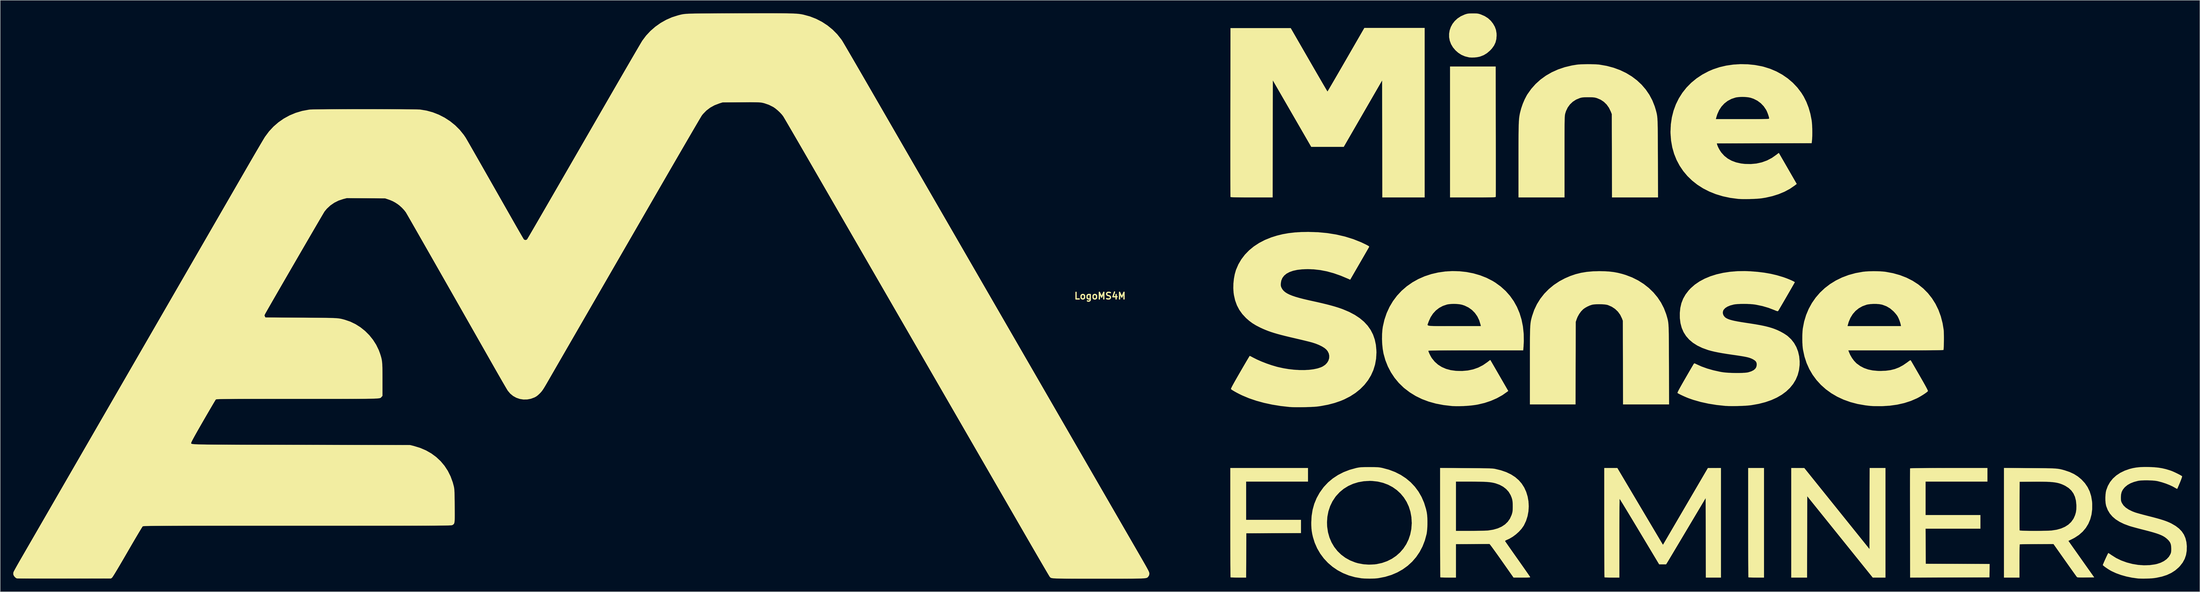
<source format=kicad_pcb>
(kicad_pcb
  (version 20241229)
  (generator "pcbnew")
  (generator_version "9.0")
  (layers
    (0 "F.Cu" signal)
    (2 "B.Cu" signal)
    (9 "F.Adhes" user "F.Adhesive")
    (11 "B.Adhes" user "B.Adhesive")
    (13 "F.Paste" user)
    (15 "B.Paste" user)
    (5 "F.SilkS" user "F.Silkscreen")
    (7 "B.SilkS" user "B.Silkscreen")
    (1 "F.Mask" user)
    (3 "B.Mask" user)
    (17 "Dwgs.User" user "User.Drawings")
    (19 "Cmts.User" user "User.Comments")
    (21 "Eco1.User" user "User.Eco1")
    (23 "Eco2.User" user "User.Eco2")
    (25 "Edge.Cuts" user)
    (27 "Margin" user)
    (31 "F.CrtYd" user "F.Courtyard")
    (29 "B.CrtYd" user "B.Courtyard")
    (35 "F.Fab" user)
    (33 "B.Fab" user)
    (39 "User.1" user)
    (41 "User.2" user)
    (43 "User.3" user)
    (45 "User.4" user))
  (footprint "LogoMS4M"
    (layer "F.Cu")
    (at 249.988 65.102)
    (property "Reference" "LogoMS4M" (at 0 0 0) (layer "F.SilkS") (effects (font (size 1.524 1.524) (thickness 0.3))))
    (attr through_hole)
    (fp_poly (pts (xy 180.679 64.855) (xy 177.751 64.855) (xy 162.687 46.129) (xy 162.665 55.492) (xy 162.644 64.855) (xy 159.004 64.855) (xy 159.004 39.624) (xy 160.507 39.628) (xy 162.01 39.631) (xy 176.996 58.279) (xy 177.017 48.951) (xy 177.039 39.624) (xy 180.679 39.624) (xy 180.679 64.855)) (stroke (width 0.01) (type solid)) (fill yes) (layer "F.SilkS"))
    (fp_poly (pts (xy 152.739 64.855) (xy 150.975 64.855) (xy 150.445 64.852) (xy 149.973 64.845) (xy 149.585 64.834) (xy 149.308 64.82) (xy 149.166 64.803) (xy 149.154 64.798) (xy 149.148 64.709) (xy 149.142 64.459) (xy 149.136 64.059) (xy 149.13 63.517) (xy 149.125 62.844) (xy 149.119 62.048) (xy 149.115 61.139) (xy 149.111 60.126) (xy 149.107 59.019) (xy 149.104 57.826) (xy 149.102 56.558) (xy 149.1 55.224) (xy 149.098 53.832) (xy 149.098 52.393) (xy 149.098 52.183) (xy 149.098 39.624) (xy 152.739 39.624) (xy 152.739 64.855)) (stroke (width 0.01) (type solid)) (fill yes) (layer "F.SilkS"))
    (fp_poly (pts (xy 47.837 42.757) (xy 33.613 42.757) (xy 33.613 51.562) (xy 46.228 51.562) (xy 46.228 54.609) (xy 33.655 54.652) (xy 33.633 59.754) (xy 33.611 64.855) (xy 31.848 64.855) (xy 31.318 64.852) (xy 30.846 64.845) (xy 30.459 64.834) (xy 30.181 64.82) (xy 30.04 64.803) (xy 30.028 64.798) (xy 30.022 64.709) (xy 30.016 64.459) (xy 30.01 64.059) (xy 30.004 63.517) (xy 29.999 62.844) (xy 29.993 62.048) (xy 29.989 61.139) (xy 29.985 60.126) (xy 29.981 59.019) (xy 29.978 57.826) (xy 29.976 56.558) (xy 29.974 55.224) (xy 29.972 53.832) (xy 29.972 52.393) (xy 29.972 52.183) (xy 29.972 39.624) (xy 47.837 39.624) (xy 47.837 42.757)) (stroke (width 0.01) (type solid)) (fill yes) (layer "F.SilkS"))
    (fp_poly (pts (xy 91.037 -37.903) (xy 91.04 -36.325) (xy 91.041 -34.791) (xy 91.043 -33.31) (xy 91.044 -31.891) (xy 91.044 -30.544) (xy 91.045 -29.275) (xy 91.045 -28.094) (xy 91.044 -27.01) (xy 91.044 -26.031) (xy 91.043 -25.167) (xy 91.041 -24.424) (xy 91.04 -23.813) (xy 91.038 -23.342) (xy 91.035 -23.019) (xy 91.033 -22.853) (xy 91.032 -22.833) (xy 91.016 -22.804) (xy 90.974 -22.779) (xy 90.893 -22.758) (xy 90.76 -22.74) (xy 90.563 -22.726) (xy 90.29 -22.715) (xy 89.929 -22.706) (xy 89.466 -22.7) (xy 88.89 -22.696) (xy 88.189 -22.693) (xy 87.349 -22.691) (xy 86.36 -22.691) (xy 85.761 -22.691) (xy 80.518 -22.691) (xy 80.518 -52.832) (xy 91.016 -52.832) (xy 91.037 -37.903)) (stroke (width 0.01) (type solid)) (fill yes) (layer "F.SilkS"))
    (fp_poly (pts (xy 86.25 -65.059) (xy 86.61 -65.047) (xy 86.893 -65.018) (xy 87.144 -64.966) (xy 87.411 -64.886) (xy 87.587 -64.826) (xy 88.479 -64.442) (xy 89.243 -63.958) (xy 89.894 -63.362) (xy 90.405 -62.708) (xy 90.815 -61.993) (xy 91.077 -61.274) (xy 91.207 -60.504) (xy 91.227 -59.986) (xy 91.164 -59.141) (xy 90.972 -58.376) (xy 90.64 -57.667) (xy 90.157 -56.99) (xy 89.715 -56.513) (xy 89.015 -55.913) (xy 88.277 -55.463) (xy 87.466 -55.145) (xy 87.218 -55.077) (xy 86.702 -54.977) (xy 86.118 -54.917) (xy 85.535 -54.9) (xy 85.02 -54.929) (xy 84.856 -54.952) (xy 83.943 -55.181) (xy 83.132 -55.528) (xy 82.391 -56.011) (xy 81.78 -56.552) (xy 81.188 -57.249) (xy 80.748 -57.996) (xy 80.456 -58.777) (xy 80.309 -59.577) (xy 80.303 -60.379) (xy 80.432 -61.169) (xy 80.695 -61.931) (xy 81.085 -62.65) (xy 81.6 -63.311) (xy 82.235 -63.898) (xy 82.986 -64.396) (xy 83.85 -64.789) (xy 83.947 -64.824) (xy 84.246 -64.922) (xy 84.507 -64.989) (xy 84.776 -65.03) (xy 85.099 -65.052) (xy 85.523 -65.06) (xy 85.767 -65.061) (xy 86.25 -65.059)) (stroke (width 0.01) (type solid)) (fill yes) (layer "F.SilkS"))
    (fp_poly (pts (xy 204.131 42.757) (xy 189.907 42.757) (xy 189.907 50.461) (xy 202.523 50.461) (xy 202.523 53.594) (xy 189.906 53.594) (xy 189.928 57.637) (xy 189.95 61.68) (xy 197.062 61.7) (xy 198.149 61.703) (xy 199.192 61.706) (xy 200.176 61.709) (xy 201.09 61.712) (xy 201.919 61.714) (xy 202.652 61.716) (xy 203.275 61.718) (xy 203.775 61.719) (xy 204.139 61.721) (xy 204.355 61.721) (xy 204.408 61.721) (xy 204.643 61.722) (xy 204.62 63.267) (xy 204.597 64.812) (xy 195.475 64.834) (xy 186.352 64.855) (xy 186.331 52.324) (xy 186.328 50.88) (xy 186.327 49.482) (xy 186.325 48.14) (xy 186.324 46.862) (xy 186.324 45.658) (xy 186.323 44.538) (xy 186.324 43.51) (xy 186.324 42.585) (xy 186.325 41.772) (xy 186.327 41.08) (xy 186.329 40.518) (xy 186.331 40.097) (xy 186.334 39.825) (xy 186.337 39.711) (xy 186.337 39.709) (xy 186.427 39.693) (xy 186.685 39.679) (xy 187.11 39.667) (xy 187.7 39.656) (xy 188.455 39.647) (xy 189.372 39.639) (xy 190.452 39.633) (xy 191.692 39.628) (xy 193.091 39.625) (xy 194.649 39.624) (xy 195.248 39.624) (xy 204.131 39.624) (xy 204.131 42.757)) (stroke (width 0.01) (type solid)) (fill yes) (layer "F.SilkS"))
    (fp_poly (pts (xy 74.676 -22.691) (xy 64.94 -22.691) (xy 64.918 -36.159) (xy 64.897 -49.628) (xy 60.482 -41.98) (xy 56.068 -34.332) (xy 48.587 -34.332) (xy 44.169 -41.987) (xy 39.751 -49.641) (xy 39.73 -36.166) (xy 39.708 -22.691) (xy 34.88 -22.691) (xy 33.809 -22.691) (xy 32.896 -22.694) (xy 32.131 -22.698) (xy 31.504 -22.705) (xy 31.002 -22.713) (xy 30.616 -22.725) (xy 30.335 -22.739) (xy 30.147 -22.756) (xy 30.043 -22.777) (xy 30.011 -22.797) (xy 30.008 -22.89) (xy 30.004 -23.145) (xy 30.001 -23.554) (xy 29.998 -24.11) (xy 29.996 -24.806) (xy 29.994 -25.632) (xy 29.992 -26.583) (xy 29.99 -27.651) (xy 29.989 -28.827) (xy 29.988 -30.105) (xy 29.987 -31.477) (xy 29.987 -32.935) (xy 29.987 -34.472) (xy 29.988 -36.08) (xy 29.989 -37.751) (xy 29.99 -39.479) (xy 29.992 -41.256) (xy 29.993 -42.291) (xy 30.014 -61.68) (xy 43.871 -61.68) (xy 48.076 -54.381) (xy 48.665 -53.359) (xy 49.231 -52.38) (xy 49.766 -51.453) (xy 50.267 -50.589) (xy 50.727 -49.796) (xy 51.14 -49.085) (xy 51.501 -48.466) (xy 51.804 -47.949) (xy 52.043 -47.543) (xy 52.212 -47.259) (xy 52.306 -47.105) (xy 52.324 -47.08) (xy 52.371 -47.152) (xy 52.497 -47.36) (xy 52.696 -47.696) (xy 52.962 -48.149) (xy 53.29 -48.709) (xy 53.674 -49.367) (xy 54.107 -50.113) (xy 54.585 -50.937) (xy 55.101 -51.828) (xy 55.651 -52.778) (xy 56.227 -53.777) (xy 56.587 -54.4) (xy 60.807 -61.722) (xy 74.676 -61.722) (xy 74.676 -22.691)) (stroke (width 0.01) (type solid)) (fill yes) (layer "F.SilkS"))
    (fp_poly (pts (xy 124.034 48.112) (xy 124.69 49.219) (xy 125.325 50.29) (xy 125.933 51.315) (xy 126.509 52.285) (xy 127.046 53.19) (xy 127.539 54.021) (xy 127.983 54.769) (xy 128.371 55.422) (xy 128.699 55.974) (xy 128.959 56.412) (xy 129.148 56.729) (xy 129.258 56.914) (xy 129.282 56.954) (xy 129.499 57.308) (xy 134.663 48.469) (xy 139.827 39.631) (xy 141.33 39.628) (xy 142.833 39.624) (xy 142.833 64.855) (xy 139.362 64.855) (xy 139.341 55.705) (xy 139.319 46.556) (xy 135.048 53.737) (xy 134.441 54.757) (xy 133.855 55.743) (xy 133.294 56.684) (xy 132.767 57.569) (xy 132.278 58.388) (xy 131.836 59.131) (xy 131.445 59.785) (xy 131.112 60.342) (xy 130.844 60.79) (xy 130.646 61.119) (xy 130.526 61.317) (xy 130.498 61.362) (xy 130.219 61.807) (xy 128.617 61.807) (xy 124.104 54.274) (xy 123.485 53.241) (xy 122.889 52.25) (xy 122.323 51.31) (xy 121.793 50.431) (xy 121.304 49.622) (xy 120.862 48.894) (xy 120.474 48.255) (xy 120.144 47.716) (xy 119.878 47.285) (xy 119.683 46.973) (xy 119.565 46.788) (xy 119.528 46.739) (xy 119.52 46.821) (xy 119.511 47.062) (xy 119.504 47.45) (xy 119.496 47.975) (xy 119.489 48.625) (xy 119.483 49.39) (xy 119.478 50.259) (xy 119.473 51.22) (xy 119.47 52.262) (xy 119.467 53.376) (xy 119.465 54.549) (xy 119.465 55.772) (xy 119.465 64.855) (xy 117.785 64.855) (xy 117.269 64.852) (xy 116.81 64.844) (xy 116.438 64.833) (xy 116.177 64.818) (xy 116.055 64.801) (xy 116.05 64.798) (xy 116.043 64.709) (xy 116.037 64.459) (xy 116.031 64.059) (xy 116.025 63.517) (xy 116.02 62.844) (xy 116.015 62.048) (xy 116.01 61.139) (xy 116.006 60.126) (xy 116.002 59.019) (xy 115.999 57.826) (xy 115.997 56.558) (xy 115.995 55.224) (xy 115.994 53.832) (xy 115.993 52.393) (xy 115.993 52.183) (xy 115.993 39.624) (xy 119.002 39.624) (xy 124.034 48.112)) (stroke (width 0.01) (type solid)) (fill yes) (layer "F.SilkS"))
    (fp_poly (pts (xy 116.032 -5.684) (xy 117.132 -5.617) (xy 118.151 -5.497) (xy 119.129 -5.317) (xy 120.108 -5.071) (xy 120.94 -4.817) (xy 122.408 -4.255) (xy 123.786 -3.565) (xy 125.066 -2.754) (xy 126.241 -1.83) (xy 127.3 -0.803) (xy 128.238 0.32) (xy 129.044 1.531) (xy 129.71 2.821) (xy 130.23 4.181) (xy 130.339 4.544) (xy 130.416 4.813) (xy 130.485 5.054) (xy 130.545 5.28) (xy 130.599 5.501) (xy 130.646 5.728) (xy 130.686 5.97) (xy 130.721 6.241) (xy 130.75 6.549) (xy 130.775 6.905) (xy 130.795 7.321) (xy 130.812 7.808) (xy 130.825 8.375) (xy 130.836 9.034) (xy 130.844 9.796) (xy 130.851 10.67) (xy 130.856 11.669) (xy 130.86 12.802) (xy 130.865 14.081) (xy 130.87 15.516) (xy 130.871 15.854) (xy 130.901 24.977) (xy 120.315 24.977) (xy 120.292 15.346) (xy 120.269 5.715) (xy 120.072 5.188) (xy 119.67 4.352) (xy 119.137 3.615) (xy 118.483 2.987) (xy 117.72 2.482) (xy 116.862 2.11) (xy 116.713 2.062) (xy 116.375 1.993) (xy 115.914 1.942) (xy 115.373 1.911) (xy 114.798 1.901) (xy 114.233 1.911) (xy 113.722 1.942) (xy 113.311 1.996) (xy 113.199 2.02) (xy 112.666 2.193) (xy 112.098 2.449) (xy 111.564 2.752) (xy 111.14 3.06) (xy 110.669 3.543) (xy 110.233 4.137) (xy 109.87 4.784) (xy 109.664 5.285) (xy 109.432 5.969) (xy 109.408 15.473) (xy 109.384 24.977) (xy 98.891 24.977) (xy 98.891 16.119) (xy 98.891 14.634) (xy 98.891 13.307) (xy 98.893 12.129) (xy 98.896 11.087) (xy 98.9 10.171) (xy 98.908 9.37) (xy 98.918 8.673) (xy 98.931 8.07) (xy 98.948 7.549) (xy 98.97 7.1) (xy 98.996 6.712) (xy 99.027 6.374) (xy 99.065 6.075) (xy 99.108 5.804) (xy 99.158 5.551) (xy 99.216 5.304) (xy 99.281 5.053) (xy 99.354 4.787) (xy 99.4 4.622) (xy 99.879 3.225) (xy 100.508 1.901) (xy 101.28 0.656) (xy 102.189 -0.502) (xy 103.228 -1.565) (xy 104.39 -2.526) (xy 105.669 -3.377) (xy 106.936 -4.052) (xy 108.168 -4.585) (xy 109.4 -5.007) (xy 110.661 -5.323) (xy 111.982 -5.54) (xy 113.394 -5.665) (xy 114.808 -5.703) (xy 116.032 -5.684)) (stroke (width 0.01) (type solid)) (fill yes) (layer "F.SilkS"))
    (fp_poly (pts (xy 112.832 -53.364) (xy 113.526 -53.35) (xy 114.151 -53.325) (xy 114.669 -53.289) (xy 114.893 -53.264) (xy 116.559 -52.972) (xy 118.143 -52.548) (xy 119.637 -51.999) (xy 121.035 -51.328) (xy 122.33 -50.541) (xy 123.517 -49.643) (xy 124.588 -48.639) (xy 125.538 -47.534) (xy 126.359 -46.334) (xy 127.047 -45.044) (xy 127.593 -43.668) (xy 127.817 -42.929) (xy 127.891 -42.659) (xy 127.957 -42.415) (xy 128.015 -42.186) (xy 128.067 -41.962) (xy 128.111 -41.731) (xy 128.15 -41.483) (xy 128.183 -41.206) (xy 128.212 -40.891) (xy 128.235 -40.525) (xy 128.255 -40.099) (xy 128.271 -39.601) (xy 128.284 -39.021) (xy 128.294 -38.347) (xy 128.302 -37.57) (xy 128.309 -36.677) (xy 128.314 -35.658) (xy 128.319 -34.503) (xy 128.324 -33.2) (xy 128.329 -31.739) (xy 128.329 -31.729) (xy 128.362 -22.691) (xy 117.776 -22.691) (xy 117.729 -41.868) (xy 117.507 -42.438) (xy 117.083 -43.32) (xy 116.549 -44.076) (xy 115.908 -44.702) (xy 115.161 -45.197) (xy 114.311 -45.558) (xy 114.258 -45.575) (xy 114.001 -45.648) (xy 113.749 -45.7) (xy 113.465 -45.733) (xy 113.11 -45.752) (xy 112.647 -45.76) (xy 112.31 -45.761) (xy 111.766 -45.758) (xy 111.354 -45.746) (xy 111.034 -45.722) (xy 110.769 -45.681) (xy 110.521 -45.621) (xy 110.363 -45.574) (xy 109.512 -45.22) (xy 108.757 -44.732) (xy 108.112 -44.122) (xy 107.586 -43.403) (xy 107.192 -42.585) (xy 107.017 -42.029) (xy 106.99 -41.922) (xy 106.967 -41.811) (xy 106.947 -41.686) (xy 106.929 -41.536) (xy 106.913 -41.352) (xy 106.9 -41.125) (xy 106.888 -40.843) (xy 106.879 -40.496) (xy 106.871 -40.076) (xy 106.864 -39.572) (xy 106.859 -38.974) (xy 106.856 -38.271) (xy 106.853 -37.455) (xy 106.851 -36.515) (xy 106.85 -35.44) (xy 106.85 -34.222) (xy 106.849 -32.85) (xy 106.849 -32.033) (xy 106.849 -22.691) (xy 96.266 -22.691) (xy 96.266 -31.148) (xy 96.266 -32.625) (xy 96.268 -33.944) (xy 96.27 -35.115) (xy 96.274 -36.15) (xy 96.28 -37.059) (xy 96.288 -37.855) (xy 96.299 -38.547) (xy 96.313 -39.147) (xy 96.33 -39.666) (xy 96.351 -40.115) (xy 96.376 -40.504) (xy 96.405 -40.846) (xy 96.439 -41.15) (xy 96.479 -41.428) (xy 96.523 -41.692) (xy 96.574 -41.951) (xy 96.616 -42.153) (xy 96.888 -43.192) (xy 97.248 -44.243) (xy 97.678 -45.251) (xy 98.153 -46.164) (xy 98.32 -46.44) (xy 99.202 -47.682) (xy 100.209 -48.813) (xy 101.334 -49.829) (xy 102.573 -50.728) (xy 103.92 -51.504) (xy 105.369 -52.156) (xy 106.914 -52.68) (xy 108.55 -53.072) (xy 109.728 -53.263) (xy 110.169 -53.306) (xy 110.739 -53.337) (xy 111.399 -53.357) (xy 112.11 -53.366) (xy 112.832 -53.364)) (stroke (width 0.01) (type solid)) (fill yes) (layer "F.SilkS"))
    (fp_poly (pts (xy 62.652 39.419) (xy 63.188 39.425) (xy 63.616 39.437) (xy 63.965 39.457) (xy 64.265 39.488) (xy 64.546 39.531) (xy 64.839 39.589) (xy 64.939 39.61) (xy 66.458 40.017) (xy 67.874 40.555) (xy 69.182 41.22) (xy 70.379 42.008) (xy 71.461 42.913) (xy 72.422 43.933) (xy 73.26 45.063) (xy 73.97 46.299) (xy 74.548 47.637) (xy 74.989 49.072) (xy 75.158 49.826) (xy 75.239 50.387) (xy 75.291 51.069) (xy 75.316 51.827) (xy 75.313 52.616) (xy 75.282 53.388) (xy 75.225 54.1) (xy 75.142 54.706) (xy 75.11 54.864) (xy 74.716 56.324) (xy 74.183 57.692) (xy 73.516 58.962) (xy 72.721 60.13) (xy 71.805 61.189) (xy 70.773 62.135) (xy 69.632 62.961) (xy 68.386 63.664) (xy 67.043 64.238) (xy 65.608 64.676) (xy 64.087 64.975) (xy 63.756 65.02) (xy 63.279 65.061) (xy 62.686 65.086) (xy 62.03 65.095) (xy 61.363 65.087) (xy 60.739 65.064) (xy 60.209 65.023) (xy 60.131 65.015) (xy 58.654 64.764) (xy 57.244 64.367) (xy 55.908 63.831) (xy 54.656 63.164) (xy 53.495 62.372) (xy 52.436 61.465) (xy 51.487 60.448) (xy 50.656 59.33) (xy 49.952 58.118) (xy 49.385 56.82) (xy 48.986 55.535) (xy 48.817 54.798) (xy 48.702 54.108) (xy 48.632 53.404) (xy 48.602 52.624) (xy 48.599 52.223) (xy 48.604 52.119) (xy 52.208 52.119) (xy 52.248 53.149) (xy 52.439 54.429) (xy 52.778 55.637) (xy 53.259 56.766) (xy 53.874 57.807) (xy 54.616 58.751) (xy 55.476 59.588) (xy 56.448 60.31) (xy 57.524 60.908) (xy 58.696 61.374) (xy 59.354 61.563) (xy 60.575 61.793) (xy 61.845 61.881) (xy 63.114 61.827) (xy 63.614 61.765) (xy 64.872 61.495) (xy 66.049 61.081) (xy 67.138 60.533) (xy 68.129 59.86) (xy 69.016 59.07) (xy 69.791 58.174) (xy 70.446 57.18) (xy 70.973 56.097) (xy 71.365 54.934) (xy 71.614 53.701) (xy 71.711 52.406) (xy 71.713 52.243) (xy 71.634 50.928) (xy 71.405 49.678) (xy 71.033 48.503) (xy 70.527 47.41) (xy 69.893 46.408) (xy 69.142 45.504) (xy 68.279 44.706) (xy 67.315 44.023) (xy 66.257 43.464) (xy 65.113 43.035) (xy 63.891 42.745) (xy 62.599 42.602) (xy 62.028 42.588) (xy 60.693 42.664) (xy 59.419 42.887) (xy 58.216 43.255) (xy 57.093 43.763) (xy 56.058 44.406) (xy 55.121 45.18) (xy 54.291 46.082) (xy 54.149 46.263) (xy 53.468 47.294) (xy 52.93 48.408) (xy 52.538 49.592) (xy 52.296 50.834) (xy 52.208 52.119) (xy 48.604 52.119) (xy 48.675 50.703) (xy 48.905 49.254) (xy 49.289 47.874) (xy 49.828 46.561) (xy 50.522 45.313) (xy 51.373 44.126) (xy 51.521 43.946) (xy 52.472 42.934) (xy 53.548 42.033) (xy 54.738 41.246) (xy 56.034 40.581) (xy 57.426 40.042) (xy 58.906 39.633) (xy 59.013 39.61) (xy 59.316 39.548) (xy 59.598 39.5) (xy 59.889 39.466) (xy 60.219 39.442) (xy 60.618 39.428) (xy 61.117 39.42) (xy 61.745 39.417) (xy 61.976 39.417) (xy 62.652 39.419)) (stroke (width 0.01) (type solid)) (fill yes) (layer "F.SilkS"))
    (fp_poly (pts (xy 213.804 39.646) (xy 215.003 39.652) (xy 216.047 39.659) (xy 216.949 39.667) (xy 217.725 39.677) (xy 218.389 39.69) (xy 218.955 39.707) (xy 219.437 39.728) (xy 219.849 39.756) (xy 220.206 39.79) (xy 220.522 39.831) (xy 220.812 39.882) (xy 221.089 39.941) (xy 221.367 40.011) (xy 221.662 40.093) (xy 221.94 40.173) (xy 223.056 40.554) (xy 224.044 41.016) (xy 224.931 41.575) (xy 225.743 42.247) (xy 225.776 42.278) (xy 226.55 43.115) (xy 227.176 44.032) (xy 227.658 45.032) (xy 227.996 46.119) (xy 228.193 47.297) (xy 228.235 47.844) (xy 228.229 49.126) (xy 228.076 50.329) (xy 227.778 51.45) (xy 227.338 52.485) (xy 226.757 53.43) (xy 226.039 54.28) (xy 225.184 55.032) (xy 224.197 55.681) (xy 223.712 55.938) (xy 222.76 56.407) (xy 223.245 57.096) (xy 223.39 57.303) (xy 223.622 57.631) (xy 223.928 58.065) (xy 224.296 58.586) (xy 224.716 59.18) (xy 225.174 59.829) (xy 225.66 60.517) (xy 226.161 61.227) (xy 226.212 61.299) (xy 228.696 64.812) (xy 226.769 64.835) (xy 226.105 64.841) (xy 225.594 64.839) (xy 225.218 64.829) (xy 224.96 64.811) (xy 224.803 64.784) (xy 224.734 64.75) (xy 224.666 64.663) (xy 224.51 64.449) (xy 224.275 64.124) (xy 223.971 63.699) (xy 223.607 63.188) (xy 223.191 62.604) (xy 222.735 61.96) (xy 222.246 61.268) (xy 221.978 60.889) (xy 219.329 57.135) (xy 215.487 57.144) (xy 214.696 57.147) (xy 213.956 57.152) (xy 213.285 57.158) (xy 212.701 57.165) (xy 212.22 57.173) (xy 211.86 57.182) (xy 211.638 57.191) (xy 211.571 57.199) (xy 211.556 57.29) (xy 211.542 57.534) (xy 211.529 57.913) (xy 211.518 58.409) (xy 211.509 59.006) (xy 211.502 59.687) (xy 211.498 60.433) (xy 211.497 61.05) (xy 211.497 64.855) (xy 207.941 64.855) (xy 207.941 51.05) (xy 211.512 51.05) (xy 211.513 51.816) (xy 211.515 52.489) (xy 211.518 53.057) (xy 211.522 53.503) (xy 211.527 53.815) (xy 211.534 53.977) (xy 211.536 53.996) (xy 211.628 54.022) (xy 211.868 54.045) (xy 212.236 54.064) (xy 212.711 54.08) (xy 213.272 54.092) (xy 213.898 54.1) (xy 214.568 54.105) (xy 215.262 54.106) (xy 215.959 54.103) (xy 216.638 54.096) (xy 217.277 54.085) (xy 217.858 54.071) (xy 218.357 54.052) (xy 218.755 54.03) (xy 218.937 54.014) (xy 220.073 53.837) (xy 221.089 53.552) (xy 221.982 53.162) (xy 222.748 52.668) (xy 223.384 52.072) (xy 223.885 51.378) (xy 224.031 51.106) (xy 224.304 50.474) (xy 224.484 49.853) (xy 224.582 49.193) (xy 224.606 48.443) (xy 224.598 48.133) (xy 224.497 47.137) (xy 224.271 46.252) (xy 223.917 45.475) (xy 223.431 44.8) (xy 222.811 44.221) (xy 222.053 43.734) (xy 221.869 43.64) (xy 221.452 43.445) (xy 221.039 43.28) (xy 220.613 43.142) (xy 220.156 43.03) (xy 219.651 42.941) (xy 219.081 42.873) (xy 218.427 42.823) (xy 217.673 42.791) (xy 216.802 42.774) (xy 215.794 42.769) (xy 214.715 42.774) (xy 211.54 42.799) (xy 211.518 48.345) (xy 211.515 49.3) (xy 211.513 50.207) (xy 211.512 51.05) (xy 207.941 51.05) (xy 207.941 39.614) (xy 213.804 39.646)) (stroke (width 0.01) (type solid)) (fill yes) (layer "F.SilkS"))
    (fp_poly (pts (xy 148.983 -53.344) (xy 150.632 -53.178) (xy 152.243 -52.877) (xy 152.643 -52.778) (xy 154.158 -52.305) (xy 155.599 -51.692) (xy 156.955 -50.946) (xy 158.216 -50.075) (xy 159.371 -49.088) (xy 160.409 -47.991) (xy 161.32 -46.793) (xy 161.867 -45.916) (xy 162.478 -44.7) (xy 162.992 -43.37) (xy 163.398 -41.962) (xy 163.684 -40.506) (xy 163.709 -40.335) (xy 163.768 -39.792) (xy 163.811 -39.131) (xy 163.837 -38.398) (xy 163.847 -37.644) (xy 163.838 -36.916) (xy 163.812 -36.264) (xy 163.771 -35.772) (xy 163.703 -35.179) (xy 152.793 -35.158) (xy 141.883 -35.136) (xy 141.939 -34.904) (xy 142.065 -34.533) (xy 142.271 -34.085) (xy 142.532 -33.612) (xy 142.818 -33.165) (xy 142.937 -33.002) (xy 143.608 -32.258) (xy 144.396 -31.634) (xy 145.297 -31.133) (xy 146.308 -30.755) (xy 147.425 -30.503) (xy 148.288 -30.401) (xy 149.678 -30.367) (xy 150.999 -30.489) (xy 152.253 -30.766) (xy 153.439 -31.198) (xy 154.559 -31.785) (xy 155.613 -32.528) (xy 155.727 -32.621) (xy 155.941 -32.791) (xy 156.097 -32.9) (xy 156.157 -32.925) (xy 156.203 -32.847) (xy 156.325 -32.637) (xy 156.515 -32.309) (xy 156.764 -31.877) (xy 157.066 -31.355) (xy 157.41 -30.759) (xy 157.789 -30.101) (xy 158.195 -29.396) (xy 158.224 -29.344) (xy 160.267 -25.795) (xy 159.792 -25.426) (xy 158.69 -24.67) (xy 157.458 -24.008) (xy 156.11 -23.446) (xy 154.658 -22.987) (xy 153.117 -22.639) (xy 152.098 -22.477) (xy 151.571 -22.422) (xy 150.92 -22.375) (xy 150.188 -22.34) (xy 149.416 -22.315) (xy 148.647 -22.304) (xy 147.923 -22.306) (xy 147.284 -22.322) (xy 146.79 -22.353) (xy 144.99 -22.586) (xy 143.278 -22.951) (xy 141.659 -23.441) (xy 140.137 -24.053) (xy 138.718 -24.781) (xy 137.406 -25.621) (xy 136.207 -26.568) (xy 135.124 -27.616) (xy 134.164 -28.761) (xy 133.331 -29.998) (xy 132.629 -31.322) (xy 132.065 -32.728) (xy 131.642 -34.211) (xy 131.366 -35.767) (xy 131.242 -37.39) (xy 131.235 -37.888) (xy 131.314 -39.544) (xy 131.489 -40.725) (xy 141.658 -40.725) (xy 147.791 -40.725) (xy 148.957 -40.725) (xy 149.964 -40.725) (xy 150.826 -40.726) (xy 151.552 -40.729) (xy 152.155 -40.732) (xy 152.646 -40.737) (xy 153.037 -40.744) (xy 153.339 -40.754) (xy 153.563 -40.766) (xy 153.721 -40.78) (xy 153.825 -40.798) (xy 153.885 -40.82) (xy 153.914 -40.845) (xy 153.923 -40.874) (xy 153.924 -40.89) (xy 153.891 -41.11) (xy 153.801 -41.437) (xy 153.672 -41.825) (xy 153.52 -42.229) (xy 153.36 -42.602) (xy 153.226 -42.867) (xy 152.674 -43.683) (xy 152 -44.385) (xy 151.219 -44.964) (xy 150.344 -45.409) (xy 149.631 -45.649) (xy 149.089 -45.754) (xy 148.443 -45.818) (xy 147.75 -45.838) (xy 147.071 -45.815) (xy 146.463 -45.747) (xy 146.177 -45.689) (xy 145.232 -45.374) (xy 144.374 -44.917) (xy 143.613 -44.328) (xy 142.957 -43.615) (xy 142.414 -42.786) (xy 141.992 -41.85) (xy 141.821 -41.313) (xy 141.658 -40.725) (xy 131.489 -40.725) (xy 131.55 -41.139) (xy 131.937 -42.668) (xy 132.472 -44.123) (xy 133.15 -45.499) (xy 133.967 -46.789) (xy 134.918 -47.987) (xy 136 -49.087) (xy 137.207 -50.082) (xy 138.535 -50.966) (xy 139.981 -51.733) (xy 141.023 -52.182) (xy 142.493 -52.675) (xy 144.049 -53.04) (xy 145.666 -53.274) (xy 147.319 -53.375) (xy 148.983 -53.344)) (stroke (width 0.01) (type solid)) (fill yes) (layer "F.SilkS"))
    (fp_poly (pts (xy 84.18 39.648) (xy 85.358 39.655) (xy 86.381 39.663) (xy 87.259 39.671) (xy 88.007 39.68) (xy 88.637 39.689) (xy 89.162 39.701) (xy 89.594 39.714) (xy 89.948 39.729) (xy 90.234 39.747) (xy 90.467 39.768) (xy 90.66 39.792) (xy 90.824 39.819) (xy 90.847 39.824) (xy 92.215 40.153) (xy 93.446 40.579) (xy 94.541 41.103) (xy 95.505 41.727) (xy 96.338 42.451) (xy 96.994 43.209) (xy 97.58 44.125) (xy 98.036 45.13) (xy 98.362 46.201) (xy 98.557 47.316) (xy 98.619 48.455) (xy 98.549 49.594) (xy 98.344 50.711) (xy 98.004 51.785) (xy 97.528 52.794) (xy 97.438 52.949) (xy 96.967 53.619) (xy 96.367 54.282) (xy 95.676 54.905) (xy 94.932 55.456) (xy 94.174 55.902) (xy 93.738 56.102) (xy 93.432 56.239) (xy 93.234 56.358) (xy 93.17 56.442) (xy 93.171 56.446) (xy 93.226 56.532) (xy 93.369 56.743) (xy 93.593 57.067) (xy 93.889 57.493) (xy 94.247 58.006) (xy 94.659 58.595) (xy 95.117 59.246) (xy 95.612 59.949) (xy 96.052 60.572) (xy 96.571 61.308) (xy 97.061 62.006) (xy 97.514 62.651) (xy 97.92 63.232) (xy 98.271 63.736) (xy 98.557 64.15) (xy 98.771 64.462) (xy 98.903 64.659) (xy 98.944 64.726) (xy 98.943 64.768) (xy 98.89 64.799) (xy 98.767 64.822) (xy 98.554 64.838) (xy 98.233 64.848) (xy 97.784 64.853) (xy 97.188 64.855) (xy 97.058 64.855) (xy 95.123 64.854) (xy 92.404 60.981) (xy 91.898 60.262) (xy 91.419 59.587) (xy 90.976 58.968) (xy 90.578 58.417) (xy 90.235 57.947) (xy 89.956 57.57) (xy 89.749 57.299) (xy 89.623 57.146) (xy 89.589 57.116) (xy 89.487 57.118) (xy 89.233 57.121) (xy 88.844 57.123) (xy 88.339 57.126) (xy 87.734 57.129) (xy 87.047 57.132) (xy 86.296 57.135) (xy 85.683 57.137) (xy 81.873 57.15) (xy 81.873 64.855) (xy 80.109 64.855) (xy 79.579 64.852) (xy 79.107 64.845) (xy 78.719 64.834) (xy 78.442 64.82) (xy 78.3 64.803) (xy 78.288 64.798) (xy 78.282 64.709) (xy 78.276 64.459) (xy 78.27 64.059) (xy 78.264 63.517) (xy 78.259 62.844) (xy 78.253 62.048) (xy 78.249 61.139) (xy 78.245 60.126) (xy 78.241 59.018) (xy 78.238 57.826) (xy 78.236 56.558) (xy 78.234 55.223) (xy 78.232 53.832) (xy 78.232 52.392) (xy 78.232 52.178) (xy 78.232 42.757) (xy 81.873 42.757) (xy 81.873 54.102) (xy 85.178 54.102) (xy 85.949 54.1) (xy 86.7 54.093) (xy 87.407 54.082) (xy 88.044 54.069) (xy 88.588 54.052) (xy 89.013 54.034) (xy 89.294 54.013) (xy 89.306 54.012) (xy 90.466 53.825) (xy 91.494 53.531) (xy 92.391 53.131) (xy 93.157 52.625) (xy 93.793 52.011) (xy 94.298 51.29) (xy 94.673 50.462) (xy 94.712 50.348) (xy 94.808 50.033) (xy 94.874 49.753) (xy 94.914 49.458) (xy 94.936 49.1) (xy 94.945 48.632) (xy 94.946 48.514) (xy 94.939 47.872) (xy 94.903 47.349) (xy 94.828 46.9) (xy 94.705 46.474) (xy 94.525 46.026) (xy 94.424 45.805) (xy 93.998 45.098) (xy 93.431 44.47) (xy 92.737 43.931) (xy 91.93 43.492) (xy 91.022 43.162) (xy 90.805 43.103) (xy 90.441 43.019) (xy 90.063 42.949) (xy 89.653 42.892) (xy 89.192 42.847) (xy 88.661 42.812) (xy 88.041 42.787) (xy 87.314 42.77) (xy 86.459 42.761) (xy 85.459 42.757) (xy 85.178 42.757) (xy 81.873 42.757) (xy 78.232 42.757) (xy 78.232 39.614) (xy 84.18 39.648)) (stroke (width 0.01) (type solid)) (fill yes) (layer "F.SilkS"))
    (fp_poly (pts (xy 82.689 -5.68) (xy 84.309 -5.503) (xy 85.896 -5.192) (xy 87.433 -4.747) (xy 88.904 -4.17) (xy 90.293 -3.46) (xy 90.932 -3.068) (xy 92.187 -2.156) (xy 93.314 -1.136) (xy 94.311 -0.01) (xy 95.176 1.214) (xy 95.907 2.534) (xy 96.503 3.944) (xy 96.96 5.44) (xy 97.278 7.017) (xy 97.453 8.67) (xy 97.485 10.396) (xy 97.422 11.62) (xy 97.35 12.531) (xy 86.437 12.531) (xy 84.797 12.531) (xy 83.319 12.532) (xy 81.996 12.534) (xy 80.82 12.536) (xy 79.785 12.539) (xy 78.882 12.543) (xy 78.105 12.549) (xy 77.445 12.555) (xy 76.897 12.562) (xy 76.452 12.571) (xy 76.104 12.581) (xy 75.844 12.592) (xy 75.666 12.605) (xy 75.562 12.619) (xy 75.525 12.635) (xy 75.525 12.636) (xy 75.568 12.818) (xy 75.679 13.102) (xy 75.837 13.446) (xy 76.022 13.809) (xy 76.214 14.148) (xy 76.346 14.354) (xy 76.995 15.154) (xy 77.758 15.831) (xy 78.63 16.381) (xy 79.607 16.803) (xy 80.685 17.094) (xy 81.858 17.253) (xy 81.924 17.258) (xy 83.318 17.285) (xy 84.625 17.17) (xy 85.852 16.91) (xy 87.005 16.504) (xy 88.09 15.948) (xy 89.115 15.242) (xy 89.267 15.121) (xy 89.506 14.932) (xy 89.688 14.799) (xy 89.78 14.745) (xy 89.785 14.746) (xy 89.83 14.823) (xy 89.952 15.032) (xy 90.143 15.359) (xy 90.392 15.791) (xy 90.694 16.311) (xy 91.039 16.908) (xy 91.418 17.565) (xy 91.825 18.269) (xy 91.858 18.326) (xy 93.907 21.877) (xy 93.711 22.032) (xy 92.561 22.84) (xy 91.288 23.549) (xy 89.912 24.151) (xy 88.454 24.637) (xy 86.933 24.998) (xy 86.36 25.098) (xy 85.534 25.208) (xy 84.62 25.294) (xy 83.665 25.354) (xy 82.72 25.385) (xy 81.831 25.386) (xy 81.049 25.355) (xy 80.899 25.343) (xy 79.022 25.125) (xy 77.263 24.788) (xy 75.616 24.332) (xy 74.075 23.753) (xy 72.633 23.05) (xy 71.284 22.219) (xy 70.023 21.259) (xy 69.808 21.075) (xy 68.729 20.025) (xy 67.765 18.859) (xy 66.924 17.591) (xy 66.216 16.236) (xy 65.65 14.811) (xy 65.234 13.33) (xy 65.207 13.208) (xy 65.032 12.189) (xy 64.919 11.081) (xy 64.869 9.937) (xy 64.885 8.808) (xy 64.966 7.747) (xy 65.063 7.07) (xy 65.167 6.614) (xy 75.345 6.614) (xy 75.356 6.699) (xy 75.412 6.768) (xy 75.523 6.823) (xy 75.701 6.866) (xy 75.955 6.897) (xy 76.297 6.92) (xy 76.738 6.934) (xy 77.289 6.942) (xy 77.959 6.946) (xy 78.76 6.946) (xy 79.703 6.944) (xy 80.799 6.943) (xy 81.483 6.943) (xy 87.612 6.943) (xy 87.537 6.609) (xy 87.233 5.608) (xy 86.796 4.704) (xy 86.234 3.905) (xy 85.555 3.219) (xy 84.767 2.656) (xy 83.878 2.224) (xy 83.239 2.014) (xy 82.706 1.91) (xy 82.067 1.847) (xy 81.381 1.826) (xy 80.706 1.849) (xy 80.1 1.915) (xy 79.798 1.976) (xy 78.864 2.291) (xy 78.012 2.75) (xy 77.251 3.343) (xy 76.593 4.062) (xy 76.045 4.897) (xy 75.617 5.84) (xy 75.531 6.089) (xy 75.471 6.251) (xy 75.413 6.392) (xy 75.367 6.512) (xy 75.345 6.614) (xy 65.167 6.614) (xy 65.428 5.474) (xy 65.94 3.958) (xy 66.596 2.529) (xy 67.39 1.192) (xy 68.318 -0.048) (xy 69.377 -1.185) (xy 70.562 -2.213) (xy 71.868 -3.127) (xy 73.215 -3.882) (xy 74.682 -4.526) (xy 76.216 -5.032) (xy 77.8 -5.399) (xy 79.418 -5.629) (xy 81.053 -5.723) (xy 82.689 -5.68)) (stroke (width 0.01) (type solid)) (fill yes) (layer "F.SilkS"))
    (fp_poly (pts (xy 178.74 -5.69) (xy 179.586 -5.657) (xy 180.343 -5.598) (xy 180.709 -5.553) (xy 182.413 -5.235) (xy 184.02 -4.783) (xy 185.524 -4.2) (xy 186.921 -3.491) (xy 188.209 -2.659) (xy 189.382 -1.708) (xy 190.438 -0.642) (xy 191.372 0.536) (xy 192.18 1.82) (xy 192.86 3.209) (xy 193.406 4.696) (xy 193.815 6.28) (xy 194.063 7.789) (xy 194.087 8.073) (xy 194.104 8.468) (xy 194.115 8.945) (xy 194.12 9.479) (xy 194.12 10.039) (xy 194.115 10.6) (xy 194.104 11.134) (xy 194.089 11.612) (xy 194.07 12.007) (xy 194.046 12.291) (xy 194.018 12.437) (xy 194.015 12.444) (xy 193.927 12.458) (xy 193.682 12.471) (xy 193.278 12.483) (xy 192.714 12.494) (xy 191.99 12.503) (xy 191.103 12.511) (xy 190.053 12.517) (xy 188.839 12.522) (xy 187.46 12.526) (xy 185.914 12.529) (xy 184.201 12.53) (xy 183.048 12.531) (xy 172.135 12.531) (xy 172.249 12.854) (xy 172.559 13.572) (xy 172.967 14.278) (xy 173.441 14.924) (xy 173.949 15.462) (xy 174.078 15.575) (xy 174.875 16.151) (xy 175.736 16.603) (xy 176.679 16.936) (xy 177.717 17.155) (xy 178.866 17.263) (xy 179.536 17.278) (xy 180.743 17.231) (xy 181.835 17.087) (xy 182.841 16.835) (xy 183.789 16.467) (xy 184.709 15.973) (xy 185.63 15.344) (xy 185.682 15.305) (xy 186.009 15.058) (xy 186.228 14.902) (xy 186.367 14.825) (xy 186.451 14.815) (xy 186.509 14.86) (xy 186.552 14.924) (xy 186.618 15.035) (xy 186.759 15.277) (xy 186.967 15.634) (xy 187.231 16.091) (xy 187.544 16.632) (xy 187.896 17.242) (xy 188.278 17.904) (xy 188.595 18.454) (xy 189.076 19.292) (xy 189.475 19.994) (xy 189.797 20.57) (xy 190.048 21.03) (xy 190.233 21.384) (xy 190.357 21.642) (xy 190.425 21.813) (xy 190.443 21.907) (xy 190.437 21.924) (xy 190.303 22.063) (xy 190.049 22.264) (xy 189.704 22.508) (xy 189.296 22.775) (xy 188.855 23.047) (xy 188.41 23.305) (xy 187.989 23.531) (xy 187.918 23.567) (xy 186.512 24.176) (xy 184.996 24.664) (xy 183.379 25.029) (xy 181.671 25.269) (xy 179.881 25.383) (xy 178.018 25.369) (xy 177.461 25.34) (xy 177.182 25.317) (xy 176.792 25.276) (xy 176.35 25.224) (xy 176.022 25.183) (xy 174.275 24.878) (xy 172.617 24.442) (xy 171.052 23.881) (xy 169.585 23.199) (xy 168.223 22.401) (xy 166.97 21.492) (xy 165.833 20.477) (xy 164.815 19.361) (xy 163.924 18.149) (xy 163.163 16.845) (xy 162.54 15.455) (xy 162.058 13.983) (xy 161.723 12.435) (xy 161.673 12.107) (xy 161.611 11.519) (xy 161.571 10.815) (xy 161.552 10.046) (xy 161.555 9.261) (xy 161.58 8.51) (xy 161.627 7.844) (xy 161.67 7.477) (xy 161.773 6.943) (xy 171.955 6.943) (xy 184.254 6.943) (xy 184.196 6.625) (xy 184.08 6.162) (xy 183.899 5.632) (xy 183.682 5.109) (xy 183.457 4.671) (xy 183.276 4.405) (xy 183.011 4.074) (xy 182.705 3.726) (xy 182.499 3.511) (xy 181.745 2.869) (xy 180.912 2.376) (xy 179.999 2.033) (xy 179.79 1.978) (xy 179.243 1.884) (xy 178.595 1.836) (xy 177.902 1.831) (xy 177.224 1.871) (xy 176.619 1.953) (xy 176.335 2.017) (xy 175.391 2.357) (xy 174.542 2.835) (xy 173.793 3.443) (xy 173.151 4.175) (xy 172.624 5.022) (xy 172.218 5.977) (xy 172.009 6.71) (xy 171.955 6.943) (xy 161.773 6.943) (xy 161.975 5.898) (xy 162.43 4.395) (xy 163.026 2.972) (xy 163.759 1.636) (xy 164.623 0.392) (xy 165.61 -0.755) (xy 166.717 -1.797) (xy 167.936 -2.731) (xy 169.261 -3.55) (xy 170.687 -4.248) (xy 172.208 -4.821) (xy 173.817 -5.261) (xy 175.472 -5.56) (xy 176.171 -5.632) (xy 176.983 -5.678) (xy 177.856 -5.697) (xy 178.74 -5.69)) (stroke (width 0.01) (type solid)) (fill yes) (layer "F.SilkS"))
    (fp_poly (pts (xy 241.154 39.391) (xy 241.3 39.395) (xy 242.412 39.444) (xy 243.405 39.538) (xy 244.322 39.685) (xy 245.209 39.893) (xy 246.111 40.169) (xy 246.401 40.27) (xy 246.696 40.386) (xy 247.063 40.547) (xy 247.467 40.735) (xy 247.876 40.936) (xy 248.259 41.131) (xy 248.581 41.306) (xy 248.81 41.443) (xy 248.91 41.521) (xy 248.905 41.633) (xy 248.834 41.882) (xy 248.704 42.251) (xy 248.519 42.725) (xy 248.408 42.997) (xy 248.219 43.446) (xy 248.052 43.84) (xy 247.918 44.15) (xy 247.827 44.353) (xy 247.792 44.421) (xy 247.704 44.403) (xy 247.523 44.313) (xy 247.383 44.229) (xy 246.738 43.868) (xy 245.971 43.515) (xy 245.126 43.186) (xy 244.252 42.901) (xy 243.392 42.676) (xy 243.117 42.617) (xy 242.697 42.555) (xy 242.162 42.508) (xy 241.553 42.477) (xy 240.91 42.462) (xy 240.274 42.464) (xy 239.684 42.482) (xy 239.182 42.519) (xy 238.807 42.573) (xy 238.802 42.574) (xy 237.856 42.822) (xy 237.053 43.134) (xy 236.375 43.518) (xy 235.806 43.982) (xy 235.611 44.185) (xy 235.249 44.655) (xy 235.008 45.143) (xy 234.874 45.692) (xy 234.829 46.348) (xy 234.829 46.397) (xy 234.835 46.803) (xy 234.861 47.096) (xy 234.916 47.334) (xy 235.011 47.574) (xy 235.063 47.683) (xy 235.422 48.235) (xy 235.944 48.741) (xy 236.625 49.201) (xy 237.466 49.613) (xy 238.083 49.85) (xy 238.355 49.937) (xy 238.763 50.057) (xy 239.277 50.2) (xy 239.868 50.36) (xy 240.506 50.528) (xy 241.162 50.696) (xy 241.215 50.71) (xy 242.256 50.976) (xy 243.15 51.217) (xy 243.919 51.437) (xy 244.581 51.644) (xy 245.157 51.844) (xy 245.666 52.043) (xy 246.13 52.248) (xy 246.473 52.417) (xy 247.417 52.967) (xy 248.204 53.568) (xy 248.84 54.232) (xy 249.331 54.966) (xy 249.683 55.781) (xy 249.904 56.685) (xy 249.996 57.616) (xy 249.974 58.68) (xy 249.811 59.656) (xy 249.504 60.557) (xy 249.046 61.396) (xy 248.432 62.188) (xy 248.111 62.526) (xy 247.318 63.209) (xy 246.422 63.784) (xy 245.414 64.254) (xy 244.286 64.622) (xy 243.029 64.892) (xy 242.429 64.982) (xy 241.97 65.027) (xy 241.399 65.062) (xy 240.766 65.085) (xy 240.119 65.095) (xy 239.507 65.092) (xy 238.979 65.074) (xy 238.675 65.051) (xy 237.375 64.871) (xy 236.095 64.604) (xy 234.87 64.259) (xy 233.73 63.847) (xy 232.71 63.376) (xy 232.368 63.188) (xy 232.019 62.977) (xy 231.653 62.737) (xy 231.302 62.494) (xy 231 62.27) (xy 230.779 62.089) (xy 230.677 61.98) (xy 230.7 61.891) (xy 230.783 61.679) (xy 230.911 61.375) (xy 231.071 61.009) (xy 231.249 60.611) (xy 231.433 60.211) (xy 231.606 59.841) (xy 231.758 59.529) (xy 231.872 59.307) (xy 231.935 59.205) (xy 232.012 59.239) (xy 232.195 59.353) (xy 232.455 59.529) (xy 232.675 59.684) (xy 233.743 60.357) (xy 234.916 60.924) (xy 236.168 61.38) (xy 237.472 61.721) (xy 238.802 61.941) (xy 240.131 62.034) (xy 241.433 61.997) (xy 242.682 61.823) (xy 243.14 61.719) (xy 243.983 61.443) (xy 244.729 61.072) (xy 245.36 60.616) (xy 245.86 60.088) (xy 246.193 59.543) (xy 246.303 59.29) (xy 246.371 59.06) (xy 246.407 58.798) (xy 246.42 58.452) (xy 246.422 58.208) (xy 246.395 57.61) (xy 246.303 57.129) (xy 246.127 56.721) (xy 245.848 56.341) (xy 245.514 56.003) (xy 245.214 55.745) (xy 244.891 55.511) (xy 244.527 55.294) (xy 244.106 55.088) (xy 243.611 54.885) (xy 243.026 54.68) (xy 242.332 54.466) (xy 241.515 54.236) (xy 240.556 53.983) (xy 240.036 53.851) (xy 239.372 53.681) (xy 238.712 53.508) (xy 238.089 53.34) (xy 237.535 53.187) (xy 237.081 53.057) (xy 236.764 52.959) (xy 235.568 52.513) (xy 234.528 52.008) (xy 233.637 51.44) (xy 232.892 50.803) (xy 232.287 50.094) (xy 231.817 49.309) (xy 231.477 48.441) (xy 231.425 48.26) (xy 231.328 47.749) (xy 231.274 47.13) (xy 231.264 46.457) (xy 231.297 45.788) (xy 231.371 45.175) (xy 231.464 44.751) (xy 231.831 43.764) (xy 232.341 42.866) (xy 232.989 42.06) (xy 233.772 41.35) (xy 234.687 40.739) (xy 235.729 40.23) (xy 236.842 39.842) (xy 237.592 39.652) (xy 238.363 39.516) (xy 239.191 39.429) (xy 240.109 39.389) (xy 241.154 39.391)) (stroke (width 0.01) (type solid)) (fill yes) (layer "F.SilkS"))
    (fp_poly (pts (xy 149.547 -5.678) (xy 151.24 -5.546) (xy 152.804 -5.355) (xy 154.27 -5.098) (xy 155.67 -4.77) (xy 157.034 -4.366) (xy 157.413 -4.238) (xy 157.867 -4.074) (xy 158.327 -3.894) (xy 158.768 -3.71) (xy 159.165 -3.533) (xy 159.49 -3.375) (xy 159.717 -3.249) (xy 159.821 -3.166) (xy 159.823 -3.149) (xy 159.721 -2.964) (xy 159.552 -2.664) (xy 159.325 -2.267) (xy 159.053 -1.792) (xy 158.744 -1.255) (xy 158.411 -0.677) (xy 158.062 -0.074) (xy 157.71 0.535) (xy 157.363 1.131) (xy 157.034 1.698) (xy 156.732 2.216) (xy 156.467 2.667) (xy 156.251 3.034) (xy 156.094 3.298) (xy 156.007 3.441) (xy 155.993 3.461) (xy 155.919 3.507) (xy 155.799 3.504) (xy 155.602 3.446) (xy 155.295 3.323) (xy 155.161 3.266) (xy 153.793 2.74) (xy 152.394 2.33) (xy 150.91 2.02) (xy 150.664 1.979) (xy 150.14 1.914) (xy 149.514 1.867) (xy 148.825 1.838) (xy 148.112 1.828) (xy 147.413 1.836) (xy 146.768 1.862) (xy 146.214 1.907) (xy 145.796 1.969) (xy 144.977 2.186) (xy 144.312 2.462) (xy 143.803 2.795) (xy 143.451 3.186) (xy 143.378 3.313) (xy 143.259 3.714) (xy 143.29 4.136) (xy 143.457 4.542) (xy 143.75 4.895) (xy 143.9 5.014) (xy 144.171 5.179) (xy 144.497 5.33) (xy 144.894 5.473) (xy 145.379 5.61) (xy 145.965 5.746) (xy 146.67 5.884) (xy 147.509 6.029) (xy 148.496 6.183) (xy 148.759 6.223) (xy 149.907 6.398) (xy 150.907 6.561) (xy 151.781 6.717) (xy 152.551 6.87) (xy 153.236 7.025) (xy 153.858 7.186) (xy 154.439 7.358) (xy 154.994 7.543) (xy 155.772 7.852) (xy 156.56 8.229) (xy 157.308 8.647) (xy 157.964 9.078) (xy 158.209 9.265) (xy 158.993 9.999) (xy 159.651 10.84) (xy 160.178 11.778) (xy 160.571 12.802) (xy 160.825 13.902) (xy 160.935 15.066) (xy 160.925 15.917) (xy 160.78 17.105) (xy 160.482 18.228) (xy 160.034 19.281) (xy 159.441 20.263) (xy 158.706 21.169) (xy 157.834 21.996) (xy 156.828 22.742) (xy 155.692 23.402) (xy 154.43 23.975) (xy 153.046 24.456) (xy 151.544 24.843) (xy 149.928 25.132) (xy 149.509 25.189) (xy 148.977 25.242) (xy 148.316 25.287) (xy 147.567 25.322) (xy 146.772 25.347) (xy 145.97 25.361) (xy 145.204 25.362) (xy 144.513 25.35) (xy 143.938 25.325) (xy 143.826 25.317) (xy 141.866 25.11) (xy 139.972 24.806) (xy 138.166 24.41) (xy 136.471 23.927) (xy 135.424 23.562) (xy 134.934 23.367) (xy 134.406 23.139) (xy 133.884 22.9) (xy 133.409 22.669) (xy 133.025 22.464) (xy 132.851 22.36) (xy 132.838 22.313) (xy 132.867 22.204) (xy 132.944 22.024) (xy 133.074 21.76) (xy 133.264 21.403) (xy 133.519 20.941) (xy 133.844 20.363) (xy 134.246 19.659) (xy 134.604 19.037) (xy 134.998 18.355) (xy 135.368 17.715) (xy 135.706 17.132) (xy 136.003 16.623) (xy 136.25 16.202) (xy 136.437 15.885) (xy 136.555 15.689) (xy 136.591 15.632) (xy 136.66 15.554) (xy 136.743 15.532) (xy 136.881 15.573) (xy 137.115 15.683) (xy 137.226 15.738) (xy 138.374 16.255) (xy 139.659 16.717) (xy 141.056 17.118) (xy 142.537 17.448) (xy 143.053 17.542) (xy 143.56 17.612) (xy 144.172 17.668) (xy 144.858 17.71) (xy 145.587 17.737) (xy 146.328 17.75) (xy 147.052 17.747) (xy 147.726 17.729) (xy 148.321 17.696) (xy 148.805 17.647) (xy 149.121 17.589) (xy 149.812 17.369) (xy 150.345 17.099) (xy 150.728 16.773) (xy 150.967 16.385) (xy 151.067 15.93) (xy 151.071 15.831) (xy 151.036 15.45) (xy 150.904 15.14) (xy 150.652 14.873) (xy 150.261 14.619) (xy 150.11 14.54) (xy 149.854 14.418) (xy 149.584 14.31) (xy 149.282 14.211) (xy 148.929 14.116) (xy 148.507 14.023) (xy 147.996 13.927) (xy 147.378 13.824) (xy 146.635 13.71) (xy 145.746 13.58) (xy 145.5 13.545) (xy 144.248 13.361) (xy 143.15 13.183) (xy 142.188 13.009) (xy 141.347 12.836) (xy 140.61 12.66) (xy 139.961 12.479) (xy 139.839 12.442) (xy 138.541 11.971) (xy 137.391 11.416) (xy 136.387 10.777) (xy 135.529 10.052) (xy 134.814 9.24) (xy 134.243 8.339) (xy 133.815 7.35) (xy 133.529 6.27) (xy 133.383 5.098) (xy 133.373 3.95) (xy 133.49 2.758) (xy 133.746 1.654) (xy 134.149 0.624) (xy 134.703 -0.346) (xy 135.415 -1.271) (xy 135.89 -1.779) (xy 136.823 -2.601) (xy 137.892 -3.333) (xy 139.086 -3.974) (xy 140.395 -4.52) (xy 141.81 -4.968) (xy 143.32 -5.315) (xy 144.915 -5.559) (xy 146.585 -5.696) (xy 148.319 -5.724) (xy 149.547 -5.678)) (stroke (width 0.01) (type solid)) (fill yes) (layer "F.SilkS"))
    (fp_poly (pts (xy 50.136 -14.672) (xy 52.287 -14.468) (xy 54.364 -14.133) (xy 56.359 -13.669) (xy 58.262 -13.076) (xy 60.062 -12.358) (xy 61.149 -11.838) (xy 61.509 -11.651) (xy 61.741 -11.521) (xy 61.867 -11.427) (xy 61.91 -11.35) (xy 61.893 -11.271) (xy 61.869 -11.225) (xy 61.807 -11.115) (xy 61.669 -10.874) (xy 61.463 -10.516) (xy 61.198 -10.056) (xy 60.883 -9.509) (xy 60.526 -8.89) (xy 60.135 -8.214) (xy 59.72 -7.496) (xy 59.657 -7.386) (xy 57.549 -3.738) (xy 57.075 -3.953) (xy 55.386 -4.663) (xy 53.766 -5.232) (xy 52.195 -5.663) (xy 50.656 -5.962) (xy 49.13 -6.133) (xy 47.774 -6.181) (xy 46.52 -6.138) (xy 45.403 -6.012) (xy 44.427 -5.802) (xy 43.591 -5.509) (xy 42.898 -5.135) (xy 42.349 -4.679) (xy 41.947 -4.144) (xy 41.691 -3.53) (xy 41.589 -2.911) (xy 41.575 -2.559) (xy 41.597 -2.303) (xy 41.666 -2.07) (xy 41.777 -1.825) (xy 41.982 -1.479) (xy 42.253 -1.16) (xy 42.599 -0.863) (xy 43.032 -0.582) (xy 43.563 -0.314) (xy 44.202 -0.053) (xy 44.962 0.205) (xy 45.851 0.464) (xy 46.882 0.73) (xy 48.065 1.007) (xy 48.706 1.149) (xy 50.053 1.447) (xy 51.248 1.725) (xy 52.311 1.986) (xy 53.257 2.236) (xy 54.103 2.478) (xy 54.868 2.718) (xy 55.566 2.959) (xy 55.88 3.076) (xy 57.321 3.688) (xy 58.607 4.369) (xy 59.742 5.122) (xy 60.727 5.948) (xy 61.562 6.851) (xy 62.252 7.831) (xy 62.796 8.892) (xy 63.196 10.036) (xy 63.455 11.266) (xy 63.575 12.582) (xy 63.584 13.081) (xy 63.503 14.47) (xy 63.265 15.804) (xy 62.874 17.077) (xy 62.333 18.283) (xy 61.646 19.418) (xy 60.819 20.475) (xy 59.855 21.449) (xy 58.758 22.334) (xy 57.533 23.125) (xy 56.183 23.815) (xy 55.372 24.157) (xy 53.968 24.641) (xy 52.461 25.036) (xy 50.832 25.345) (xy 50.091 25.452) (xy 49.653 25.497) (xy 49.079 25.536) (xy 48.401 25.568) (xy 47.654 25.594) (xy 46.87 25.612) (xy 46.083 25.621) (xy 45.325 25.622) (xy 44.631 25.614) (xy 44.032 25.595) (xy 43.562 25.566) (xy 43.561 25.566) (xy 41.549 25.341) (xy 39.597 25.023) (xy 37.723 24.618) (xy 35.946 24.13) (xy 34.283 23.564) (xy 32.754 22.924) (xy 32.512 22.81) (xy 31.982 22.548) (xy 31.473 22.283) (xy 31.01 22.028) (xy 30.619 21.799) (xy 30.325 21.611) (xy 30.154 21.477) (xy 30.139 21.46) (xy 30.13 21.409) (xy 30.155 21.307) (xy 30.222 21.143) (xy 30.336 20.908) (xy 30.502 20.59) (xy 30.727 20.179) (xy 31.015 19.663) (xy 31.374 19.032) (xy 31.808 18.274) (xy 32.214 17.57) (xy 32.636 16.841) (xy 33.032 16.159) (xy 33.396 15.537) (xy 33.717 14.989) (xy 33.99 14.528) (xy 34.205 14.169) (xy 34.354 13.924) (xy 34.43 13.808) (xy 34.438 13.801) (xy 34.528 13.839) (xy 34.731 13.941) (xy 35.011 14.088) (xy 35.177 14.178) (xy 36.122 14.654) (xy 37.187 15.122) (xy 38.322 15.564) (xy 39.479 15.961) (xy 40.609 16.294) (xy 40.936 16.379) (xy 42.174 16.651) (xy 43.422 16.857) (xy 44.661 16.996) (xy 45.872 17.067) (xy 47.036 17.073) (xy 48.133 17.012) (xy 49.143 16.885) (xy 50.048 16.692) (xy 50.828 16.433) (xy 51.229 16.246) (xy 51.797 15.865) (xy 52.236 15.408) (xy 52.542 14.896) (xy 52.711 14.348) (xy 52.739 13.786) (xy 52.621 13.23) (xy 52.354 12.701) (xy 52.034 12.315) (xy 51.609 11.965) (xy 51.043 11.616) (xy 50.365 11.282) (xy 49.601 10.976) (xy 48.81 10.721) (xy 48.476 10.63) (xy 48.005 10.509) (xy 47.428 10.365) (xy 46.772 10.205) (xy 46.067 10.036) (xy 45.342 9.866) (xy 44.958 9.776) (xy 43.716 9.486) (xy 42.621 9.221) (xy 41.655 8.975) (xy 40.798 8.743) (xy 40.033 8.518) (xy 39.34 8.296) (xy 38.7 8.069) (xy 38.094 7.832) (xy 37.503 7.58) (xy 36.91 7.307) (xy 36.835 7.271) (xy 35.888 6.784) (xy 35.065 6.28) (xy 34.318 5.728) (xy 33.603 5.099) (xy 33.573 5.07) (xy 32.733 4.166) (xy 32.042 3.199) (xy 31.496 2.158) (xy 31.087 1.031) (xy 30.81 -0.194) (xy 30.726 -0.792) (xy 30.662 -1.799) (xy 30.69 -2.871) (xy 30.803 -3.954) (xy 30.996 -4.994) (xy 31.264 -5.938) (xy 31.296 -6.031) (xy 31.831 -7.271) (xy 32.512 -8.433) (xy 33.335 -9.511) (xy 34.294 -10.501) (xy 35.384 -11.398) (xy 36.599 -12.195) (xy 37.934 -12.89) (xy 39.383 -13.475) (xy 39.448 -13.498) (xy 40.724 -13.898) (xy 42.024 -14.216) (xy 43.375 -14.455) (xy 44.805 -14.62) (xy 46.34 -14.714) (xy 47.921 -14.741) (xy 50.136 -14.672)) (stroke (width 0.01) (type solid)) (fill yes) (layer "F.SilkS"))
    (fp_poly (pts (xy -75.749 -65.097) (xy -74.707 -65.095) (xy -73.78 -65.091) (xy -72.961 -65.085) (xy -72.241 -65.077) (xy -71.61 -65.066) (xy -71.06 -65.053) (xy -70.582 -65.037) (xy -70.167 -65.018) (xy -69.806 -64.996) (xy -69.491 -64.97) (xy -69.213 -64.941) (xy -68.962 -64.908) (xy -68.73 -64.871) (xy -68.508 -64.83) (xy -68.287 -64.785) (xy -68.21 -64.768) (xy -66.725 -64.363) (xy -65.3 -63.807) (xy -63.947 -63.11) (xy -62.679 -62.279) (xy -61.509 -61.325) (xy -60.45 -60.255) (xy -59.514 -59.079) (xy -59.363 -58.861) (xy -59.28 -58.728) (xy -59.118 -58.456) (xy -58.881 -58.057) (xy -58.576 -57.537) (xy -58.207 -56.908) (xy -57.781 -56.177) (xy -57.301 -55.353) (xy -56.774 -54.447) (xy -56.205 -53.467) (xy -55.599 -52.421) (xy -54.961 -51.32) (xy -54.296 -50.171) (xy -53.611 -48.985) (xy -53.359 -48.548) (xy -52.728 -47.456) (xy -52.083 -46.338) (xy -51.421 -45.191) (xy -50.739 -44.01) (xy -50.036 -42.793) (xy -49.309 -41.533) (xy -48.556 -40.229) (xy -47.774 -38.875) (xy -46.962 -37.467) (xy -46.116 -36.003) (xy -45.236 -34.477) (xy -44.317 -32.886) (xy -43.359 -31.226) (xy -42.358 -29.492) (xy -41.313 -27.682) (xy -40.221 -25.79) (xy -39.08 -23.813) (xy -37.887 -21.747) (xy -36.641 -19.588) (xy -35.338 -17.331) (xy -33.978 -14.974) (xy -32.556 -12.512) (xy -31.072 -9.94) (xy -29.523 -7.256) (xy -27.906 -4.455) (xy -26.219 -1.532) (xy -24.46 1.515) (xy -22.627 4.691) (xy -20.717 8) (xy -18.727 11.446) (xy -16.657 15.033) (xy -15.682 16.722) (xy -14.482 18.8) (xy -13.288 20.87) (xy -12.102 22.924) (xy -10.929 24.956) (xy -9.773 26.959) (xy -8.637 28.928) (xy -7.524 30.855) (xy -6.44 32.734) (xy -5.387 34.558) (xy -4.369 36.321) (xy -3.39 38.017) (xy -2.454 39.639) (xy -1.564 41.18) (xy -0.725 42.634) (xy 0.061 43.995) (xy 0.788 45.255) (xy 1.454 46.409) (xy 2.055 47.449) (xy 2.586 48.371) (xy 3.045 49.165) (xy 3.428 49.828) (xy 3.73 50.351) (xy 3.769 50.419) (xy 4.363 51.447) (xy 4.984 52.524) (xy 5.62 53.626) (xy 6.258 54.731) (xy 6.885 55.816) (xy 7.486 56.858) (xy 8.05 57.834) (xy 8.562 58.721) (xy 9.01 59.497) (xy 9.219 59.859) (xy 9.701 60.696) (xy 10.105 61.399) (xy 10.438 61.983) (xy 10.705 62.46) (xy 10.915 62.844) (xy 11.074 63.147) (xy 11.189 63.383) (xy 11.266 63.566) (xy 11.314 63.707) (xy 11.338 63.822) (xy 11.345 63.922) (xy 11.345 63.938) (xy 11.313 64.254) (xy 11.197 64.502) (xy 11.116 64.606) (xy 11.058 64.679) (xy 11.006 64.744) (xy 10.952 64.802) (xy 10.886 64.854) (xy 10.801 64.9) (xy 10.686 64.94) (xy 10.534 64.974) (xy 10.334 65.004) (xy 10.079 65.029) (xy 9.76 65.049) (xy 9.367 65.066) (xy 8.892 65.079) (xy 8.326 65.09) (xy 7.66 65.097) (xy 6.886 65.103) (xy 5.993 65.106) (xy 4.974 65.108) (xy 3.82 65.109) (xy 2.522 65.109) (xy 1.07 65.109) (xy -0.254 65.109) (xy -1.837 65.109) (xy -3.26 65.109) (xy -4.531 65.108) (xy -5.659 65.107) (xy -6.654 65.105) (xy -7.523 65.101) (xy -8.276 65.096) (xy -8.922 65.088) (xy -9.47 65.078) (xy -9.928 65.065) (xy -10.306 65.049) (xy -10.611 65.03) (xy -10.854 65.007) (xy -11.043 64.98) (xy -11.187 64.948) (xy -11.294 64.911) (xy -11.374 64.869) (xy -11.435 64.822) (xy -11.486 64.769) (xy -11.537 64.709) (xy -11.566 64.675) (xy -11.629 64.579) (xy -11.772 64.344) (xy -11.989 63.98) (xy -12.275 63.495) (xy -12.626 62.897) (xy -13.037 62.195) (xy -13.502 61.397) (xy -14.017 60.513) (xy -14.577 59.55) (xy -15.176 58.516) (xy -15.81 57.422) (xy -16.473 56.275) (xy -17.162 55.083) (xy -17.654 54.229) (xy -18.326 53.066) (xy -19.073 51.77) (xy -19.888 50.357) (xy -20.763 48.841) (xy -21.689 47.235) (xy -22.658 45.556) (xy -23.662 43.817) (xy -24.692 42.032) (xy -25.74 40.216) (xy -26.797 38.384) (xy -27.856 36.55) (xy -28.907 34.728) (xy -29.943 32.934) (xy -30.955 31.181) (xy -31.934 29.483) (xy -32.385 28.702) (xy -33.366 27.003) (xy -34.394 25.222) (xy -35.46 23.376) (xy -36.555 21.479) (xy -37.669 19.548) (xy -38.794 17.6) (xy -39.92 15.649) (xy -41.037 13.713) (xy -42.137 11.807) (xy -43.211 9.948) (xy -44.248 8.15) (xy -45.24 6.431) (xy -46.178 4.807) (xy -47.052 3.292) (xy -47.853 1.904) (xy -48.048 1.566) (xy -48.847 0.181) (xy -49.651 -1.211) (xy -50.452 -2.6) (xy -51.245 -3.972) (xy -52.021 -5.317) (xy -52.775 -6.623) (xy -53.499 -7.878) (xy -54.187 -9.07) (xy -54.833 -10.188) (xy -55.428 -11.22) (xy -55.968 -12.154) (xy -56.444 -12.979) (xy -56.851 -13.683) (xy -57.181 -14.255) (xy -57.236 -14.351) (xy -57.558 -14.908) (xy -57.957 -15.599) (xy -58.427 -16.413) (xy -58.96 -17.336) (xy -59.55 -18.358) (xy -60.189 -19.465) (xy -60.87 -20.645) (xy -61.587 -21.886) (xy -62.332 -23.176) (xy -63.098 -24.503) (xy -63.878 -25.854) (xy -64.665 -27.218) (xy -65.452 -28.581) (xy -66.083 -29.676) (xy -66.823 -30.958) (xy -67.544 -32.204) (xy -68.24 -33.408) (xy -68.906 -34.559) (xy -69.538 -35.65) (xy -70.131 -36.672) (xy -70.68 -37.618) (xy -71.18 -38.478) (xy -71.627 -39.244) (xy -72.014 -39.908) (xy -72.339 -40.462) (xy -72.595 -40.897) (xy -72.777 -41.204) (xy -72.882 -41.376) (xy -72.899 -41.402) (xy -73.22 -41.813) (xy -73.643 -42.266) (xy -74.124 -42.719) (xy -74.616 -43.131) (xy -75.076 -43.458) (xy -75.168 -43.515) (xy -76.162 -44.015) (xy -77.215 -44.378) (xy -77.687 -44.49) (xy -77.864 -44.522) (xy -78.061 -44.548) (xy -78.296 -44.569) (xy -78.583 -44.586) (xy -78.938 -44.598) (xy -79.379 -44.605) (xy -79.92 -44.609) (xy -80.578 -44.61) (xy -81.369 -44.607) (xy -82.308 -44.602) (xy -82.597 -44.6) (xy -86.826 -44.572) (xy -87.57 -44.341) (xy -88.679 -43.916) (xy -89.679 -43.362) (xy -90.568 -42.682) (xy -91.343 -41.879) (xy -91.584 -41.571) (xy -91.658 -41.456) (xy -91.812 -41.2) (xy -92.044 -40.811) (xy -92.348 -40.295) (xy -92.721 -39.659) (xy -93.16 -38.91) (xy -93.66 -38.053) (xy -94.217 -37.096) (xy -94.829 -36.046) (xy -95.49 -34.908) (xy -96.197 -33.69) (xy -96.946 -32.399) (xy -97.733 -31.04) (xy -98.555 -29.621) (xy -99.407 -28.148) (xy -100.286 -26.627) (xy -101.188 -25.066) (xy -101.899 -23.834) (xy -103.303 -21.401) (xy -104.626 -19.109) (xy -105.87 -16.952) (xy -107.04 -14.925) (xy -108.139 -13.022) (xy -109.169 -11.237) (xy -110.134 -9.565) (xy -111.038 -7.999) (xy -111.883 -6.535) (xy -112.673 -5.166) (xy -113.411 -3.886) (xy -114.101 -2.691) (xy -114.746 -1.573) (xy -115.349 -0.529) (xy -115.913 0.449) (xy -116.442 1.365) (xy -116.939 2.226) (xy -117.407 3.037) (xy -117.85 3.804) (xy -118.271 4.533) (xy -118.672 5.229) (xy -119.058 5.897) (xy -119.432 6.545) (xy -119.797 7.176) (xy -120.155 7.798) (xy -120.512 8.416) (xy -120.869 9.035) (xy -121.231 9.661) (xy -121.6 10.3) (xy -121.979 10.957) (xy -122.105 11.176) (xy -122.687 12.183) (xy -123.27 13.195) (xy -123.847 14.195) (xy -124.408 15.167) (xy -124.943 16.094) (xy -125.443 16.962) (xy -125.898 17.752) (xy -126.3 18.449) (xy -126.638 19.036) (xy -126.904 19.498) (xy -126.963 19.6) (xy -127.34 20.254) (xy -127.65 20.781) (xy -127.905 21.202) (xy -128.121 21.537) (xy -128.311 21.809) (xy -128.489 22.037) (xy -128.67 22.243) (xy -128.863 22.445) (xy -129.3 22.855) (xy -129.699 23.154) (xy -130.07 23.359) (xy -130.915 23.675) (xy -131.777 23.836) (xy -132.636 23.848) (xy -133.474 23.716) (xy -134.27 23.443) (xy -135.005 23.036) (xy -135.661 22.499) (xy -136.218 21.838) (xy -136.253 21.787) (xy -136.357 21.619) (xy -136.538 21.318) (xy -136.787 20.895) (xy -137.097 20.363) (xy -137.46 19.737) (xy -137.868 19.028) (xy -138.315 18.249) (xy -138.793 17.414) (xy -139.294 16.536) (xy -139.79 15.663) (xy -141.102 13.353) (xy -142.39 11.086) (xy -143.652 8.864) (xy -144.885 6.694) (xy -146.088 4.579) (xy -147.256 2.523) (xy -148.388 0.532) (xy -149.482 -1.391) (xy -150.534 -3.24) (xy -151.543 -5.012) (xy -152.505 -6.703) (xy -153.418 -8.307) (xy -154.28 -9.82) (xy -155.089 -11.238) (xy -155.841 -12.557) (xy -156.534 -13.771) (xy -157.165 -14.877) (xy -157.733 -15.87) (xy -158.234 -16.747) (xy -158.666 -17.501) (xy -159.027 -18.129) (xy -159.314 -18.627) (xy -159.524 -18.989) (xy -159.655 -19.213) (xy -159.701 -19.288) (xy -160.101 -19.801) (xy -160.597 -20.329) (xy -161.134 -20.816) (xy -161.565 -21.145) (xy -162.139 -21.518) (xy -162.67 -21.808) (xy -163.234 -22.052) (xy -163.745 -22.235) (xy -164.465 -22.477) (xy -168.868 -22.503) (xy -173.27 -22.528) (xy -174.08 -22.322) (xy -175.145 -21.968) (xy -176.141 -21.469) (xy -177.051 -20.839) (xy -177.855 -20.09) (xy -178.366 -19.473) (xy -178.434 -19.365) (xy -178.582 -19.119) (xy -178.803 -18.746) (xy -179.092 -18.255) (xy -179.443 -17.656) (xy -179.851 -16.958) (xy -180.31 -16.172) (xy -180.814 -15.307) (xy -181.358 -14.373) (xy -181.936 -13.379) (xy -182.543 -12.335) (xy -183.173 -11.25) (xy -183.82 -10.135) (xy -184.479 -8.998) (xy -185.144 -7.85) (xy -185.81 -6.701) (xy -186.471 -5.559) (xy -187.121 -4.435) (xy -187.755 -3.338) (xy -188.368 -2.278) (xy -188.953 -1.264) (xy -189.504 -0.307) (xy -190.018 0.584) (xy -190.487 1.4) (xy -190.906 2.131) (xy -191.27 2.766) (xy -191.573 3.297) (xy -191.81 3.714) (xy -191.974 4.008) (xy -191.992 4.04) (xy -192.125 4.293) (xy -192.182 4.455) (xy -192.171 4.581) (xy -192.105 4.717) (xy -191.975 4.953) (xy -183.808 5.003) (xy -182.424 5.012) (xy -181.198 5.02) (xy -180.118 5.028) (xy -179.173 5.036) (xy -178.351 5.045) (xy -177.642 5.055) (xy -177.033 5.068) (xy -176.512 5.083) (xy -176.069 5.102) (xy -175.692 5.124) (xy -175.37 5.151) (xy -175.091 5.182) (xy -174.843 5.219) (xy -174.615 5.262) (xy -174.395 5.311) (xy -174.173 5.367) (xy -173.936 5.431) (xy -173.718 5.491) (xy -172.454 5.924) (xy -171.246 6.508) (xy -170.106 7.231) (xy -169.049 8.079) (xy -168.088 9.039) (xy -167.237 10.099) (xy -166.507 11.245) (xy -165.914 12.466) (xy -165.61 13.286) (xy -165.485 13.675) (xy -165.381 14.024) (xy -165.295 14.353) (xy -165.225 14.681) (xy -165.171 15.029) (xy -165.13 15.415) (xy -165.1 15.859) (xy -165.08 16.381) (xy -165.067 17) (xy -165.061 17.737) (xy -165.058 18.61) (xy -165.058 19.276) (xy -165.058 23.016) (xy -165.269 23.245) (xy -165.313 23.296) (xy -165.349 23.344) (xy -165.386 23.388) (xy -165.428 23.428) (xy -165.483 23.464) (xy -165.558 23.498) (xy -165.658 23.528) (xy -165.792 23.555) (xy -165.964 23.579) (xy -166.183 23.601) (xy -166.454 23.62) (xy -166.785 23.636) (xy -167.181 23.65) (xy -167.65 23.663) (xy -168.199 23.673) (xy -168.833 23.682) (xy -169.559 23.689) (xy -170.384 23.695) (xy -171.315 23.699) (xy -172.359 23.702) (xy -173.521 23.704) (xy -174.809 23.706) (xy -176.229 23.707) (xy -177.788 23.707) (xy -179.493 23.707) (xy -181.35 23.707) (xy -183.365 23.707) (xy -184.642 23.707) (xy -186.737 23.707) (xy -188.668 23.707) (xy -190.444 23.707) (xy -192.07 23.708) (xy -193.554 23.709) (xy -194.901 23.71) (xy -196.118 23.712) (xy -197.213 23.714) (xy -198.19 23.716) (xy -199.059 23.719) (xy -199.824 23.723) (xy -200.492 23.727) (xy -201.07 23.732) (xy -201.566 23.738) (xy -201.984 23.745) (xy -202.332 23.752) (xy -202.617 23.761) (xy -202.845 23.77) (xy -203.022 23.781) (xy -203.156 23.792) (xy -203.253 23.805) (xy -203.32 23.819) (xy -203.362 23.834) (xy -203.388 23.85) (xy -203.393 23.856) (xy -203.458 23.954) (xy -203.6 24.185) (xy -203.811 24.538) (xy -204.085 25) (xy -204.413 25.558) (xy -204.788 26.199) (xy -205.203 26.911) (xy -205.65 27.681) (xy -206.121 28.495) (xy -206.285 28.779) (xy -206.9 29.848) (xy -207.442 30.796) (xy -207.908 31.621) (xy -208.297 32.319) (xy -208.606 32.886) (xy -208.835 33.32) (xy -208.98 33.616) (xy -209.04 33.771) (xy -209.042 33.784) (xy -209.047 33.829) (xy -209.056 33.871) (xy -209.066 33.91) (xy -209.07 33.946) (xy -209.062 33.98) (xy -209.037 34.011) (xy -208.989 34.04) (xy -208.913 34.066) (xy -208.803 34.09) (xy -208.654 34.112) (xy -208.459 34.132) (xy -208.213 34.15) (xy -207.911 34.166) (xy -207.547 34.181) (xy -207.115 34.194) (xy -206.61 34.206) (xy -206.025 34.216) (xy -205.357 34.226) (xy -204.598 34.234) (xy -203.743 34.241) (xy -202.787 34.247) (xy -201.724 34.253) (xy -200.549 34.258) (xy -199.255 34.262) (xy -197.837 34.266) (xy -196.29 34.269) (xy -194.607 34.273) (xy -192.784 34.276) (xy -190.815 34.28) (xy -188.693 34.283) (xy -186.415 34.287) (xy -183.972 34.291) (xy -183.735 34.292) (xy -158.708 34.336) (xy -157.819 34.559) (xy -156.381 35) (xy -155.042 35.576) (xy -153.809 36.281) (xy -152.685 37.11) (xy -151.676 38.057) (xy -150.787 39.118) (xy -150.023 40.287) (xy -149.389 41.559) (xy -148.891 42.929) (xy -148.655 43.815) (xy -148.612 44.011) (xy -148.576 44.208) (xy -148.547 44.424) (xy -148.523 44.676) (xy -148.504 44.984) (xy -148.488 45.364) (xy -148.476 45.835) (xy -148.465 46.415) (xy -148.456 47.122) (xy -148.447 47.973) (xy -148.443 48.316) (xy -148.435 49.254) (xy -148.429 50.038) (xy -148.429 50.682) (xy -148.434 51.203) (xy -148.449 51.616) (xy -148.473 51.935) (xy -148.509 52.175) (xy -148.559 52.353) (xy -148.624 52.482) (xy -148.706 52.579) (xy -148.806 52.658) (xy -148.928 52.735) (xy -148.954 52.751) (xy -148.978 52.764) (xy -149.008 52.777) (xy -149.048 52.789) (xy -149.104 52.801) (xy -149.18 52.811) (xy -149.281 52.821) (xy -149.411 52.831) (xy -149.576 52.839) (xy -149.781 52.847) (xy -150.029 52.855) (xy -150.327 52.862) (xy -150.679 52.868) (xy -151.089 52.874) (xy -151.563 52.88) (xy -152.105 52.884) (xy -152.72 52.889) (xy -153.413 52.893) (xy -154.189 52.896) (xy -155.052 52.9) (xy -156.008 52.902) (xy -157.061 52.905) (xy -158.216 52.907) (xy -159.477 52.909) (xy -160.851 52.911) (xy -162.341 52.912) (xy -163.952 52.913) (xy -165.689 52.914) (xy -167.558 52.915) (xy -169.562 52.915) (xy -171.706 52.916) (xy -173.996 52.916) (xy -176.436 52.916) (xy -179.031 52.916) (xy -181.786 52.916) (xy -184.627 52.916) (xy -187.547 52.916) (xy -190.302 52.917) (xy -192.898 52.917) (xy -195.338 52.917) (xy -197.628 52.917) (xy -199.773 52.918) (xy -201.777 52.919) (xy -203.645 52.92) (xy -205.382 52.921) (xy -206.993 52.922) (xy -208.483 52.923) (xy -209.856 52.925) (xy -211.116 52.927) (xy -212.27 52.93) (xy -213.322 52.932) (xy -214.275 52.935) (xy -215.136 52.939) (xy -215.91 52.943) (xy -216.599 52.947) (xy -217.211 52.951) (xy -217.749 52.956) (xy -218.218 52.962) (xy -218.622 52.968) (xy -218.968 52.974) (xy -219.259 52.981) (xy -219.501 52.989) (xy -219.697 52.997) (xy -219.853 53.005) (xy -219.974 53.015) (xy -220.065 53.025) (xy -220.129 53.035) (xy -220.173 53.046) (xy -220.2 53.058) (xy -220.21 53.065) (xy -220.28 53.16) (xy -220.428 53.391) (xy -220.646 53.746) (xy -220.928 54.213) (xy -221.267 54.78) (xy -221.656 55.438) (xy -222.089 56.173) (xy -222.558 56.974) (xy -223.056 57.831) (xy -223.578 58.731) (xy -223.712 58.963) (xy -224.412 60.171) (xy -225.039 61.247) (xy -225.591 62.188) (xy -226.068 62.992) (xy -226.468 63.657) (xy -226.79 64.182) (xy -227.034 64.564) (xy -227.197 64.802) (xy -227.273 64.89) (xy -227.512 65.066) (xy -238.237 65.077) (xy -239.574 65.078) (xy -240.866 65.078) (xy -242.102 65.078) (xy -243.273 65.077) (xy -244.368 65.076) (xy -245.377 65.074) (xy -246.289 65.072) (xy -247.094 65.069) (xy -247.782 65.066) (xy -248.342 65.062) (xy -248.765 65.058) (xy -249.039 65.054) (xy -249.155 65.049) (xy -249.156 65.049) (xy -249.388 64.938) (xy -249.632 64.723) (xy -249.839 64.458) (xy -249.96 64.195) (xy -249.967 64.164) (xy -249.983 63.881) (xy -249.947 63.626) (xy -249.889 63.497) (xy -249.756 63.239) (xy -249.557 62.871) (xy -249.302 62.411) (xy -249.003 61.878) (xy -248.668 61.289) (xy -248.308 60.663) (xy -248.307 60.66) (xy -248.051 60.218) (xy -247.719 59.643) (xy -247.318 58.947) (xy -246.855 58.146) (xy -246.338 57.251) (xy -245.776 56.277) (xy -245.175 55.237) (xy -244.544 54.144) (xy -243.891 53.012) (xy -243.223 51.854) (xy -242.547 50.683) (xy -241.872 49.514) (xy -241.831 49.442) (xy -241.441 48.766) (xy -240.97 47.951) (xy -240.423 47.002) (xy -239.802 45.926) (xy -239.112 44.731) (xy -238.356 43.421) (xy -237.539 42.005) (xy -236.664 40.489) (xy -235.735 38.879) (xy -234.755 37.183) (xy -233.73 35.406) (xy -232.661 33.555) (xy -231.554 31.637) (xy -230.413 29.659) (xy -229.24 27.628) (xy -228.04 25.549) (xy -226.817 23.43) (xy -225.574 21.276) (xy -224.315 19.096) (xy -223.045 16.895) (xy -221.767 14.681) (xy -220.484 12.459) (xy -219.201 10.236) (xy -218.864 9.652) (xy -217.59 7.445) (xy -216.32 5.244) (xy -215.056 3.055) (xy -213.803 0.884) (xy -212.564 -1.263) (xy -211.342 -3.379) (xy -210.142 -5.458) (xy -208.967 -7.494) (xy -207.821 -9.48) (xy -206.707 -11.41) (xy -205.629 -13.278) (xy -204.591 -15.077) (xy -203.596 -16.801) (xy -202.647 -18.444) (xy -201.75 -20) (xy -200.906 -21.462) (xy -200.12 -22.824) (xy -199.396 -24.079) (xy -198.736 -25.222) (xy -198.146 -26.246) (xy -197.627 -27.144) (xy -197.185 -27.911) (xy -196.822 -28.54) (xy -196.704 -28.744) (xy -196.11 -29.773) (xy -195.531 -30.775) (xy -194.973 -31.736) (xy -194.444 -32.647) (xy -193.949 -33.495) (xy -193.496 -34.268) (xy -193.092 -34.957) (xy -192.743 -35.547) (xy -192.457 -36.029) (xy -192.239 -36.391) (xy -192.097 -36.62) (xy -192.07 -36.661) (xy -191.157 -37.888) (xy -190.125 -39) (xy -188.984 -39.99) (xy -187.745 -40.851) (xy -186.418 -41.577) (xy -185.012 -42.163) (xy -183.54 -42.602) (xy -182.009 -42.888) (xy -181.734 -42.922) (xy -181.538 -42.935) (xy -181.185 -42.946) (xy -180.687 -42.957) (xy -180.056 -42.967) (xy -179.304 -42.975) (xy -178.443 -42.983) (xy -177.485 -42.99) (xy -176.442 -42.996) (xy -175.327 -43.001) (xy -174.151 -43.005) (xy -172.926 -43.008) (xy -171.666 -43.011) (xy -170.38 -43.012) (xy -169.083 -43.012) (xy -167.785 -43.012) (xy -166.499 -43.01) (xy -165.238 -43.008) (xy -164.012 -43.005) (xy -162.834 -43.001) (xy -161.717 -42.995) (xy -160.672 -42.989) (xy -159.711 -42.982) (xy -158.847 -42.974) (xy -158.092 -42.966) (xy -157.457 -42.956) (xy -156.954 -42.945) (xy -156.597 -42.934) (xy -156.397 -42.921) (xy -154.918 -42.678) (xy -153.474 -42.279) (xy -152.08 -41.732) (xy -150.75 -41.047) (xy -149.499 -40.233) (xy -148.341 -39.299) (xy -147.29 -38.253) (xy -146.362 -37.104) (xy -145.946 -36.491) (xy -145.887 -36.394) (xy -145.789 -36.228) (xy -145.649 -35.989) (xy -145.465 -35.671) (xy -145.235 -35.272) (xy -144.956 -34.786) (xy -144.627 -34.211) (xy -144.243 -33.54) (xy -143.804 -32.771) (xy -143.307 -31.9) (xy -142.749 -30.921) (xy -142.128 -29.831) (xy -141.442 -28.625) (xy -140.688 -27.3) (xy -139.863 -25.851) (xy -138.966 -24.274) (xy -137.994 -22.564) (xy -136.945 -20.719) (xy -135.816 -18.732) (xy -135.107 -17.484) (xy -134.658 -16.696) (xy -134.232 -15.949) (xy -133.835 -15.258) (xy -133.476 -14.634) (xy -133.163 -14.093) (xy -132.903 -13.647) (xy -132.704 -13.309) (xy -132.573 -13.094) (xy -132.523 -13.018) (xy -132.315 -12.894) (xy -132.06 -12.884) (xy -131.835 -12.987) (xy -131.804 -13.018) (xy -131.783 -13.046) (xy -131.743 -13.109) (xy -131.682 -13.208) (xy -131.598 -13.348) (xy -131.488 -13.532) (xy -131.35 -13.765) (xy -131.183 -14.05) (xy -130.984 -14.391) (xy -130.75 -14.792) (xy -130.48 -15.256) (xy -130.171 -15.788) (xy -129.821 -16.39) (xy -129.428 -17.068) (xy -128.99 -17.824) (xy -128.505 -18.663) (xy -127.97 -19.587) (xy -127.383 -20.602) (xy -126.742 -21.711) (xy -126.045 -22.917) (xy -125.29 -24.225) (xy -124.474 -25.637) (xy -123.596 -27.159) (xy -122.652 -28.793) (xy -121.641 -30.544) (xy -120.562 -32.415) (xy -119.41 -34.411) (xy -118.185 -36.534) (xy -116.884 -38.789) (xy -115.505 -41.179) (xy -114.046 -43.708) (xy -112.543 -46.313) (xy -111.783 -47.63) (xy -111.041 -48.914) (xy -110.322 -50.156) (xy -109.632 -51.35) (xy -108.974 -52.485) (xy -108.353 -53.554) (xy -107.776 -54.549) (xy -107.245 -55.46) (xy -106.767 -56.281) (xy -106.346 -57.001) (xy -105.987 -57.614) (xy -105.694 -58.111) (xy -105.474 -58.482) (xy -105.329 -58.721) (xy -105.279 -58.801) (xy -104.412 -59.956) (xy -103.412 -61.026) (xy -102.296 -61.997) (xy -101.086 -62.855) (xy -99.799 -63.585) (xy -98.455 -64.176) (xy -97.108 -64.603) (xy -96.873 -64.664) (xy -96.661 -64.72) (xy -96.462 -64.769) (xy -96.267 -64.814) (xy -96.066 -64.854) (xy -95.852 -64.889) (xy -95.614 -64.92) (xy -95.344 -64.947) (xy -95.032 -64.97) (xy -94.669 -64.99) (xy -94.247 -65.007) (xy -93.755 -65.021) (xy -93.186 -65.033) (xy -92.529 -65.043) (xy -91.777 -65.051) (xy -90.918 -65.058) (xy -89.946 -65.063) (xy -88.85 -65.068) (xy -87.621 -65.072) (xy -86.25 -65.076) (xy -84.728 -65.08) (xy -83.046 -65.085) (xy -83.016 -65.085) (xy -81.259 -65.089) (xy -79.663 -65.093) (xy -78.219 -65.096) (xy -76.917 -65.097) (xy -75.749 -65.097)) (stroke (width 0.01) (type solid)) (fill yes) (layer "F.SilkS")))
  (gr_rect
    (start -3 -3)
    (end 502.99 133.216)
    (stroke (width 0.1) (type default))
    (fill no)
    (layer "Edge.Cuts")))
</source>
